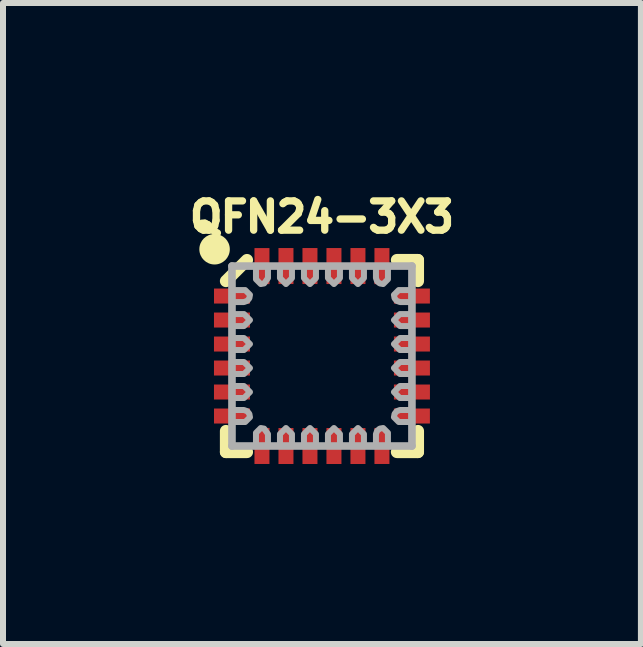
<source format=kicad_pcb>
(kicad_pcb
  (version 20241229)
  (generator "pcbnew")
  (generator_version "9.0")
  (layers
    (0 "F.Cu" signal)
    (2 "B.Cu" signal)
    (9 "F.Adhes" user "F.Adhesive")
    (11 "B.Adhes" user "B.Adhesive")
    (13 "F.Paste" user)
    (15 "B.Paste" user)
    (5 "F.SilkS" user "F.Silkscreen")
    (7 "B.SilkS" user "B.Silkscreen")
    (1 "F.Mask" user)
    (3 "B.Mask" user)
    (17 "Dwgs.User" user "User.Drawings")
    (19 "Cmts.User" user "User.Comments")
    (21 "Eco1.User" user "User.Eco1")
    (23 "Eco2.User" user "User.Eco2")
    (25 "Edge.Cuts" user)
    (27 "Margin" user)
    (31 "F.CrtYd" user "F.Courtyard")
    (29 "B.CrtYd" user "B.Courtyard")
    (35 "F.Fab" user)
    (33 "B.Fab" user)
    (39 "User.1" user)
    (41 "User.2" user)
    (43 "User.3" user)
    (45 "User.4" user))
  (footprint "QFN24-3X3"
    (layer "F.Cu")
    (at 2.317 2.885)
    (property "Reference" "QFN24-3X3" (at 0 -2.032 0) (layer "F.SilkS") (effects (font (size 0.488 0.488) (thickness 0.122)) (justify bottom)))
    (fp_poly (pts (xy -1.199 -1.021) (xy -1.199 -0.874) (xy -1.501 -0.874) (xy -1.501 -1.126) (xy -1.304 -1.126)) (stroke (width 0) (type solid)) (fill yes) (layer "F.Cu"))
    (fp_poly (pts (xy -1.199 1.021) (xy -1.304 1.126) (xy -1.501 1.126) (xy -1.501 0.874) (xy -1.199 0.874)) (stroke (width 0) (type solid)) (fill yes) (layer "F.Cu"))
    (fp_poly (pts (xy -0.874 -1.199) (xy -1.021 -1.199) (xy -1.126 -1.304) (xy -1.126 -1.501) (xy -0.874 -1.501)) (stroke (width 0) (type solid)) (fill yes) (layer "F.Cu"))
    (fp_poly (pts (xy -0.874 1.501) (xy -1.126 1.501) (xy -1.126 1.304) (xy -1.021 1.199) (xy -0.874 1.199)) (stroke (width 0) (type solid)) (fill yes) (layer "F.Cu"))
    (fp_poly (pts (xy 1.126 -1.304) (xy 1.021 -1.199) (xy 0.874 -1.199) (xy 0.874 -1.501) (xy 1.126 -1.501)) (stroke (width 0) (type solid)) (fill yes) (layer "F.Cu"))
    (fp_poly (pts (xy 1.126 1.304) (xy 1.126 1.501) (xy 0.874 1.501) (xy 0.874 1.199) (xy 1.021 1.199)) (stroke (width 0) (type solid)) (fill yes) (layer "F.Cu"))
    (fp_poly (pts (xy 1.501 -0.874) (xy 1.199 -0.874) (xy 1.199 -1.021) (xy 1.304 -1.126) (xy 1.501 -1.126)) (stroke (width 0) (type solid)) (fill yes) (layer "F.Cu"))
    (fp_poly (pts (xy 1.501 1.126) (xy 1.304 1.126) (xy 1.199 1.021) (xy 1.199 0.874) (xy 1.501 0.874)) (stroke (width 0) (type solid)) (fill yes) (layer "F.Cu"))
    (fp_poly (pts (xy -1.226 -1.203) (xy -1.226 -1.099) (xy -0.773 -1.099) (xy -0.773 -1.203)) (stroke (width 0) (type solid)) (fill yes) (layer "F.Mask"))
    (fp_poly (pts (xy -1.203 -0.773) (xy -1.099 -0.773) (xy -1.099 -1.226) (xy -1.203 -1.226)) (stroke (width 0) (type solid)) (fill yes) (layer "F.Mask"))
    (fp_poly (pts (xy -1.203 1.226) (xy -1.099 1.226) (xy -1.099 0.773) (xy -1.203 0.773)) (stroke (width 0) (type solid)) (fill yes) (layer "F.Mask"))
    (fp_poly (pts (xy -0.773 1.203) (xy -0.773 1.099) (xy -1.226 1.099) (xy -1.226 1.203)) (stroke (width 0) (type solid)) (fill yes) (layer "F.Mask"))
    (fp_poly (pts (xy 0.773 -1.203) (xy 0.773 -1.099) (xy 1.226 -1.099) (xy 1.226 -1.203)) (stroke (width 0) (type solid)) (fill yes) (layer "F.Mask"))
    (fp_poly (pts (xy 1.203 -1.226) (xy 1.099 -1.226) (xy 1.099 -0.773) (xy 1.203 -0.773)) (stroke (width 0) (type solid)) (fill yes) (layer "F.Mask"))
    (fp_poly (pts (xy 1.203 0.773) (xy 1.099 0.773) (xy 1.099 1.226) (xy 1.203 1.226)) (stroke (width 0) (type solid)) (fill yes) (layer "F.Mask"))
    (fp_poly (pts (xy 1.226 1.203) (xy 1.226 1.099) (xy 0.773 1.099) (xy 0.773 1.203)) (stroke (width 0) (type solid)) (fill yes) (layer "F.Mask"))
    (fp_line (start -1.6 -1.25) (end -1.25 -1.6) (stroke (width 0.203) (type solid)) (layer "F.SilkS"))
    (fp_line (start -1.6 1.25) (end -1.6 1.6) (stroke (width 0.203) (type solid)) (layer "F.SilkS"))
    (fp_line (start -1.6 1.6) (end -1.25 1.6) (stroke (width 0.203) (type solid)) (layer "F.SilkS"))
    (fp_line (start 1.25 1.6) (end 1.6 1.6) (stroke (width 0.203) (type solid)) (layer "F.SilkS"))
    (fp_line (start 1.6 -1.6) (end 1.25 -1.6) (stroke (width 0.203) (type solid)) (layer "F.SilkS"))
    (fp_line (start 1.6 -1.25) (end 1.6 -1.6) (stroke (width 0.203) (type solid)) (layer "F.SilkS"))
    (fp_line (start 1.6 1.6) (end 1.6 1.25) (stroke (width 0.203) (type solid)) (layer "F.SilkS"))
    (fp_circle (center -1.79 -1.78) (end -1.663 -1.78) (stroke (width 0.254) (type solid)) (fill yes) (layer "F.SilkS"))
    (fp_poly (pts (xy -1.725 -0.875) (xy -1.275 -0.875) (xy -1.275 -1.125) (xy -1.725 -1.125)) (stroke (width 0) (type solid)) (fill yes) (layer "F.Paste"))
    (fp_poly (pts (xy -1.725 -0.475) (xy -1.275 -0.475) (xy -1.275 -0.725) (xy -1.725 -0.725)) (stroke (width 0) (type solid)) (fill yes) (layer "F.Paste"))
    (fp_poly (pts (xy -1.725 -0.075) (xy -1.275 -0.075) (xy -1.275 -0.325) (xy -1.725 -0.325)) (stroke (width 0) (type solid)) (fill yes) (layer "F.Paste"))
    (fp_poly (pts (xy -1.725 0.325) (xy -1.275 0.325) (xy -1.275 0.075) (xy -1.725 0.075)) (stroke (width 0) (type solid)) (fill yes) (layer "F.Paste"))
    (fp_poly (pts (xy -1.725 0.725) (xy -1.275 0.725) (xy -1.275 0.475) (xy -1.725 0.475)) (stroke (width 0) (type solid)) (fill yes) (layer "F.Paste"))
    (fp_poly (pts (xy -1.725 1.125) (xy -1.275 1.125) (xy -1.275 0.875) (xy -1.725 0.875)) (stroke (width 0) (type solid)) (fill yes) (layer "F.Paste"))
    (fp_poly (pts (xy -1.125 -1.725) (xy -1.125 -1.275) (xy -0.875 -1.275) (xy -0.875 -1.725)) (stroke (width 0) (type solid)) (fill yes) (layer "F.Paste"))
    (fp_poly (pts (xy -0.875 1.725) (xy -0.875 1.275) (xy -1.125 1.275) (xy -1.125 1.725)) (stroke (width 0) (type solid)) (fill yes) (layer "F.Paste"))
    (fp_poly (pts (xy -0.725 -1.725) (xy -0.725 -1.275) (xy -0.475 -1.275) (xy -0.475 -1.725)) (stroke (width 0) (type solid)) (fill yes) (layer "F.Paste"))
    (fp_poly (pts (xy -0.475 1.725) (xy -0.475 1.275) (xy -0.725 1.275) (xy -0.725 1.725)) (stroke (width 0) (type solid)) (fill yes) (layer "F.Paste"))
    (fp_poly (pts (xy -0.325 -1.725) (xy -0.325 -1.275) (xy -0.075 -1.275) (xy -0.075 -1.725)) (stroke (width 0) (type solid)) (fill yes) (layer "F.Paste"))
    (fp_poly (pts (xy -0.075 1.725) (xy -0.075 1.275) (xy -0.325 1.275) (xy -0.325 1.725)) (stroke (width 0) (type solid)) (fill yes) (layer "F.Paste"))
    (fp_poly (pts (xy 0.075 -1.725) (xy 0.075 -1.275) (xy 0.325 -1.275) (xy 0.325 -1.725)) (stroke (width 0) (type solid)) (fill yes) (layer "F.Paste"))
    (fp_poly (pts (xy 0.325 1.725) (xy 0.325 1.275) (xy 0.075 1.275) (xy 0.075 1.725)) (stroke (width 0) (type solid)) (fill yes) (layer "F.Paste"))
    (fp_poly (pts (xy 0.475 -1.725) (xy 0.475 -1.275) (xy 0.725 -1.275) (xy 0.725 -1.725)) (stroke (width 0) (type solid)) (fill yes) (layer "F.Paste"))
    (fp_poly (pts (xy 0.725 1.725) (xy 0.725 1.275) (xy 0.475 1.275) (xy 0.475 1.725)) (stroke (width 0) (type solid)) (fill yes) (layer "F.Paste"))
    (fp_poly (pts (xy 0.875 -1.725) (xy 0.875 -1.275) (xy 1.125 -1.275) (xy 1.125 -1.725)) (stroke (width 0) (type solid)) (fill yes) (layer "F.Paste"))
    (fp_poly (pts (xy 1.125 1.725) (xy 1.125 1.275) (xy 0.875 1.275) (xy 0.875 1.725)) (stroke (width 0) (type solid)) (fill yes) (layer "F.Paste"))
    (fp_poly (pts (xy 1.725 -1.125) (xy 1.275 -1.125) (xy 1.275 -0.875) (xy 1.725 -0.875)) (stroke (width 0) (type solid)) (fill yes) (layer "F.Paste"))
    (fp_poly (pts (xy 1.725 -0.725) (xy 1.275 -0.725) (xy 1.275 -0.475) (xy 1.725 -0.475)) (stroke (width 0) (type solid)) (fill yes) (layer "F.Paste"))
    (fp_poly (pts (xy 1.725 -0.325) (xy 1.275 -0.325) (xy 1.275 -0.075) (xy 1.725 -0.075)) (stroke (width 0) (type solid)) (fill yes) (layer "F.Paste"))
    (fp_poly (pts (xy 1.725 0.075) (xy 1.275 0.075) (xy 1.275 0.325) (xy 1.725 0.325)) (stroke (width 0) (type solid)) (fill yes) (layer "F.Paste"))
    (fp_poly (pts (xy 1.725 0.475) (xy 1.275 0.475) (xy 1.275 0.725) (xy 1.725 0.725)) (stroke (width 0) (type solid)) (fill yes) (layer "F.Paste"))
    (fp_poly (pts (xy 1.725 0.875) (xy 1.275 0.875) (xy 1.275 1.125) (xy 1.725 1.125)) (stroke (width 0) (type solid)) (fill yes) (layer "F.Paste"))
    (fp_line (start -1.5 -1.5) (end -1.5 1.5) (stroke (width 0.127) (type solid)) (layer "F.Fab"))
    (fp_line (start -1.5 1.5) (end 1.5 1.5) (stroke (width 0.127) (type solid)) (layer "F.Fab"))
    (fp_line (start 1.5 -1.5) (end -1.5 -1.5) (stroke (width 0.127) (type solid)) (layer "F.Fab"))
    (fp_line (start 1.5 1.5) (end 1.5 -1.5) (stroke (width 0.127) (type solid)) (layer "F.Fab"))
    (fp_poly (pts (xy -1.2 -0.6) (xy -1.3 -0.5) (xy -1.5 -0.5) (xy -1.5 -0.7) (xy -1.3 -0.7)) (stroke (width 0.1) (type solid)) (fill no) (layer "F.Fab"))
    (fp_poly (pts (xy -1.2 -0.2) (xy -1.3 -0.1) (xy -1.5 -0.1) (xy -1.5 -0.3) (xy -1.3 -0.3)) (stroke (width 0.1) (type solid)) (fill no) (layer "F.Fab"))
    (fp_poly (pts (xy -1.2 0.2) (xy -1.3 0.3) (xy -1.5 0.3) (xy -1.5 0.1) (xy -1.3 0.1)) (stroke (width 0.1) (type solid)) (fill no) (layer "F.Fab"))
    (fp_poly (pts (xy -1.2 0.6) (xy -1.3 0.7) (xy -1.5 0.7) (xy -1.5 0.5) (xy -1.3 0.5)) (stroke (width 0.1) (type solid)) (fill no) (layer "F.Fab"))
    (fp_poly (pts (xy -0.5 -1.3) (xy -0.6 -1.2) (xy -0.7 -1.3) (xy -0.7 -1.5) (xy -0.5 -1.5)) (stroke (width 0.1) (type solid)) (fill no) (layer "F.Fab"))
    (fp_poly (pts (xy -0.5 1.3) (xy -0.5 1.5) (xy -0.7 1.5) (xy -0.7 1.3) (xy -0.6 1.2)) (stroke (width 0.1) (type solid)) (fill no) (layer "F.Fab"))
    (fp_poly (pts (xy -0.1 -1.3) (xy -0.2 -1.2) (xy -0.3 -1.3) (xy -0.3 -1.5) (xy -0.1 -1.5)) (stroke (width 0.1) (type solid)) (fill no) (layer "F.Fab"))
    (fp_poly (pts (xy -0.1 1.3) (xy -0.1 1.5) (xy -0.3 1.5) (xy -0.3 1.3) (xy -0.2 1.2)) (stroke (width 0.1) (type solid)) (fill no) (layer "F.Fab"))
    (fp_poly (pts (xy 0.3 -1.3) (xy 0.2 -1.2) (xy 0.1 -1.3) (xy 0.1 -1.5) (xy 0.3 -1.5)) (stroke (width 0.1) (type solid)) (fill no) (layer "F.Fab"))
    (fp_poly (pts (xy 0.3 1.3) (xy 0.3 1.5) (xy 0.1 1.5) (xy 0.1 1.3) (xy 0.2 1.2)) (stroke (width 0.1) (type solid)) (fill no) (layer "F.Fab"))
    (fp_poly (pts (xy 0.7 -1.3) (xy 0.6 -1.2) (xy 0.5 -1.3) (xy 0.5 -1.5) (xy 0.7 -1.5)) (stroke (width 0.1) (type solid)) (fill no) (layer "F.Fab"))
    (fp_poly (pts (xy 0.7 1.3) (xy 0.7 1.5) (xy 0.5 1.5) (xy 0.5 1.3) (xy 0.6 1.2)) (stroke (width 0.1) (type solid)) (fill no) (layer "F.Fab"))
    (fp_poly (pts (xy 1.5 -0.5) (xy 1.3 -0.5) (xy 1.2 -0.6) (xy 1.3 -0.7) (xy 1.5 -0.7)) (stroke (width 0.1) (type solid)) (fill no) (layer "F.Fab"))
    (fp_poly (pts (xy 1.5 -0.1) (xy 1.3 -0.1) (xy 1.2 -0.2) (xy 1.3 -0.3) (xy 1.5 -0.3)) (stroke (width 0.1) (type solid)) (fill no) (layer "F.Fab"))
    (fp_poly (pts (xy 1.5 0.3) (xy 1.3 0.3) (xy 1.2 0.2) (xy 1.3 0.1) (xy 1.5 0.1)) (stroke (width 0.1) (type solid)) (fill no) (layer "F.Fab"))
    (fp_poly (pts (xy 1.5 0.7) (xy 1.3 0.7) (xy 1.2 0.6) (xy 1.3 0.5) (xy 1.5 0.5)) (stroke (width 0.1) (type solid)) (fill no) (layer "F.Fab"))
    (fp_poly (pts (xy -0.964 1.21) (xy -0.9 1.3) (xy -0.9 1.5) (xy -1.1 1.5) (xy -1.1 1.28) (xy -1.02 1.2)) (stroke (width 0.1) (type solid)) (fill no) (layer "F.Fab"))
    (fp_poly (pts (xy -0.9 -1.3) (xy -0.964 -1.21) (xy -1.02 -1.2) (xy -1.1 -1.28) (xy -1.1 -1.5) (xy -0.9 -1.5)) (stroke (width 0.1) (type solid)) (fill no) (layer "F.Fab"))
    (fp_poly (pts (xy -1.246 0.92) (xy -1.21 0.964) (xy -1.2 1.02) (xy -1.28 1.1) (xy -1.5 1.1) (xy -1.5 0.9) (xy -1.3 0.9)) (stroke (width 0.1) (type solid)) (fill no) (layer "F.Fab"))
    (fp_poly (pts (xy -1.2 -1.02) (xy -1.21 -0.964) (xy -1.246 -0.92) (xy -1.3 -0.9) (xy -1.5 -0.9) (xy -1.5 -1.1) (xy -1.28 -1.1)) (stroke (width 0.1) (type solid)) (fill no) (layer "F.Fab"))
    (fp_poly (pts (xy 1.1 -1.28) (xy 1.02 -1.2) (xy 0.964 -1.21) (xy 0.92 -1.246) (xy 0.9 -1.3) (xy 0.9 -1.5) (xy 1.1 -1.5)) (stroke (width 0.1) (type solid)) (fill no) (layer "F.Fab"))
    (fp_poly (pts (xy 1.1 1.28) (xy 1.1 1.5) (xy 0.9 1.5) (xy 0.9 1.3) (xy 0.92 1.246) (xy 0.964 1.21) (xy 1.02 1.2)) (stroke (width 0.1) (type solid)) (fill no) (layer "F.Fab"))
    (fp_poly (pts (xy 1.5 -0.9) (xy 1.3 -0.9) (xy 1.246 -0.92) (xy 1.21 -0.964) (xy 1.2 -1.02) (xy 1.28 -1.1) (xy 1.5 -1.1)) (stroke (width 0.1) (type solid)) (fill no) (layer "F.Fab"))
    (fp_poly (pts (xy 1.5 1.1) (xy 1.28 1.1) (xy 1.2 1.02) (xy 1.21 0.964) (xy 1.246 0.92) (xy 1.3 0.9) (xy 1.5 0.9)) (stroke (width 0.1) (type solid)) (fill no) (layer "F.Fab"))
    (pad "1" smd rect (at -1.552 -1 90) (size 0.25 0.495) (layers "F.Cu" "F.Mask"))
    (pad "2" smd rect (at -1.5 -0.6 90) (size 0.25 0.6) (layers "F.Cu" "F.Mask"))
    (pad "3" smd rect (at -1.5 -0.2 90) (size 0.25 0.6) (layers "F.Cu" "F.Mask"))
    (pad "4" smd rect (at -1.5 0.2 90) (size 0.25 0.6) (layers "F.Cu" "F.Mask"))
    (pad "5" smd rect (at -1.5 0.6 90) (size 0.25 0.6) (layers "F.Cu" "F.Mask"))
    (pad "6" smd rect (at -1.552 1 90) (size 0.25 0.495) (layers "F.Cu" "F.Mask"))
    (pad "7" smd rect (at -1 1.552 180) (size 0.25 0.495) (layers "F.Cu" "F.Mask"))
    (pad "8" smd rect (at -0.6 1.5 180) (size 0.25 0.6) (layers "F.Cu" "F.Mask"))
    (pad "9" smd rect (at -0.2 1.5 180) (size 0.25 0.6) (layers "F.Cu" "F.Mask"))
    (pad "10" smd rect (at 0.2 1.5 180) (size 0.25 0.6) (layers "F.Cu" "F.Mask"))
    (pad "11" smd rect (at 0.6 1.5 180) (size 0.25 0.6) (layers "F.Cu" "F.Mask"))
    (pad "12" smd rect (at 1 1.552 180) (size 0.25 0.495) (layers "F.Cu" "F.Mask"))
    (pad "13" smd rect (at 1.552 1 270) (size 0.25 0.495) (layers "F.Cu" "F.Mask"))
    (pad "14" smd rect (at 1.5 0.6 270) (size 0.25 0.6) (layers "F.Cu" "F.Mask"))
    (pad "15" smd rect (at 1.5 0.2 270) (size 0.25 0.6) (layers "F.Cu" "F.Mask"))
    (pad "16" smd rect (at 1.5 -0.2 270) (size 0.25 0.6) (layers "F.Cu" "F.Mask"))
    (pad "17" smd rect (at 1.5 -0.6 270) (size 0.25 0.6) (layers "F.Cu" "F.Mask"))
    (pad "18" smd rect (at 1.552 -1 270) (size 0.25 0.495) (layers "F.Cu" "F.Mask"))
    (pad "19" smd rect (at 1 -1.552) (size 0.25 0.495) (layers "F.Cu" "F.Mask"))
    (pad "20" smd rect (at 0.6 -1.5) (size 0.25 0.6) (layers "F.Cu" "F.Mask"))
    (pad "21" smd rect (at 0.2 -1.5) (size 0.25 0.6) (layers "F.Cu" "F.Mask"))
    (pad "22" smd rect (at -0.2 -1.5) (size 0.25 0.6) (layers "F.Cu" "F.Mask"))
    (pad "23" smd rect (at -0.6 -1.5) (size 0.25 0.6) (layers "F.Cu" "F.Mask"))
    (pad "24" smd rect (at -1 -1.552) (size 0.25 0.495) (layers "F.Cu" "F.Mask")))
  (gr_rect
    (start -3 -3)
    (end 7.634 7.685)
    (stroke (width 0.1) (type default))
    (fill no)
    (layer "Edge.Cuts")))
</source>
